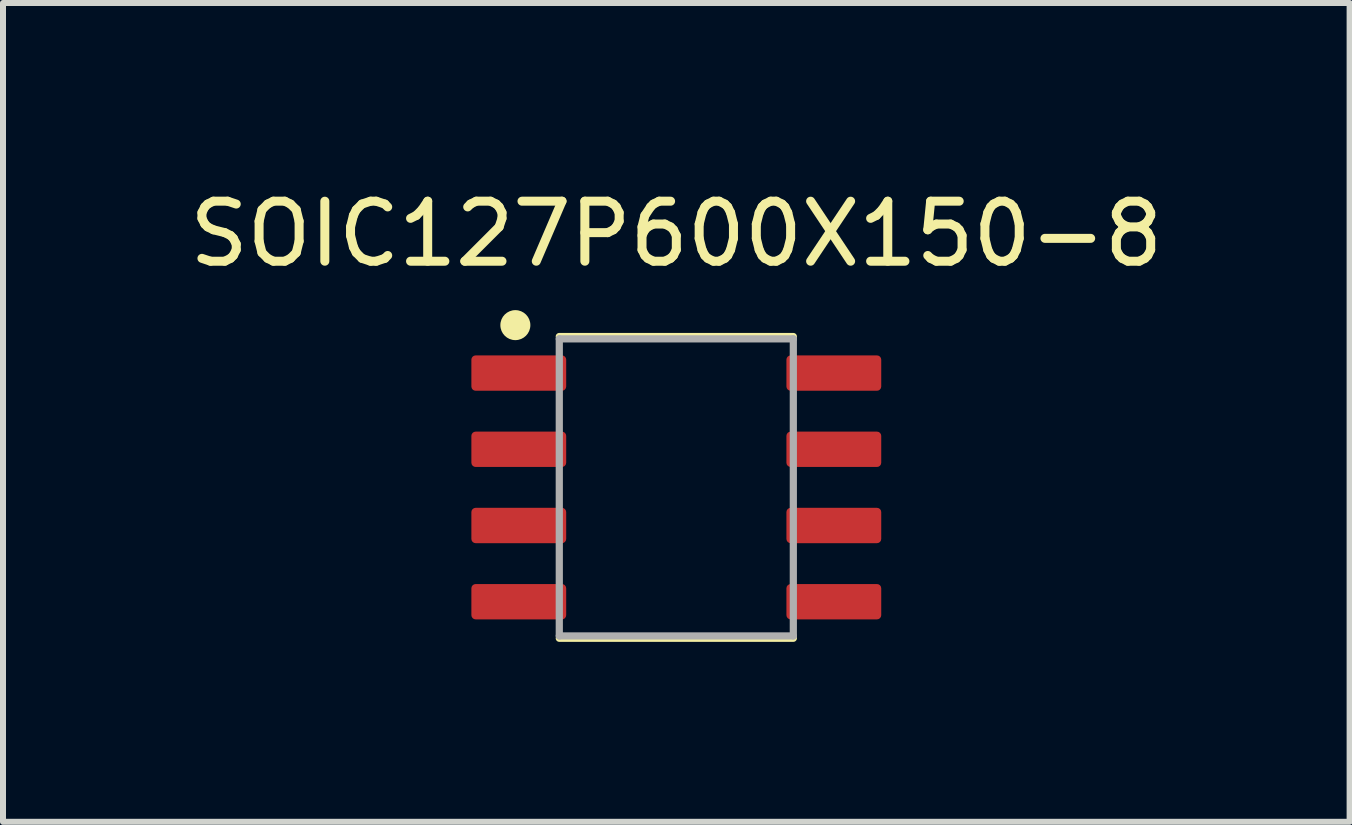
<source format=kicad_pcb>
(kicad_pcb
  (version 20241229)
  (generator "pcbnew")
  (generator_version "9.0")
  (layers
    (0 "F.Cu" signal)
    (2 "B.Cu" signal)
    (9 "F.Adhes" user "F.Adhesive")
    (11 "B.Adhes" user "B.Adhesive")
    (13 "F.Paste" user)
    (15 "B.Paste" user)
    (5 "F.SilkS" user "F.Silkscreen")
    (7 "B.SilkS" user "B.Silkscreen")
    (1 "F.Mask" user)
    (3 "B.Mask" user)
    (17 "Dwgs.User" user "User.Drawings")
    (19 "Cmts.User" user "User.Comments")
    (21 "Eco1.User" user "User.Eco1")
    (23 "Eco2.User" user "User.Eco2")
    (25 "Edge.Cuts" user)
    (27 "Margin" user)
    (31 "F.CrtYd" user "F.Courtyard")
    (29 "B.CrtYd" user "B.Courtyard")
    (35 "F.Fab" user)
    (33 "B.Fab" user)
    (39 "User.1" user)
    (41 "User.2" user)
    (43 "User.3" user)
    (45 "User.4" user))
  (footprint "SOIC127P600X150-8"
    (layer "F.Cu")
    (at 8.22 5.072)
    (property "Reference" "SOIC127P600X150-8" (at 0 -4.224 0) (layer "F.SilkS") (effects (font (size 1 1) (thickness 0.15))))
    (attr through_hole)
    (fp_line (start -1.95 -2.514) (end 1.95 -2.514) (stroke (width 0.12) (type solid)) (layer "F.SilkS"))
    (fp_line (start -1.95 2.514) (end 1.95 2.514) (stroke (width 0.12) (type solid)) (layer "F.SilkS"))
    (fp_circle (center -2.682 -2.704) (end -2.432 -2.704) (stroke (width 0) (type solid)) (fill yes) (layer "F.SilkS"))
    (fp_line (start -1.95 -2.475) (end 1.95 -2.475) (stroke (width 0.12) (type solid)) (layer "F.Fab"))
    (fp_line (start -1.95 2.475) (end -1.95 -2.475) (stroke (width 0.12) (type solid)) (layer "F.Fab"))
    (fp_line (start 1.95 -2.475) (end 1.95 2.475) (stroke (width 0.12) (type solid)) (layer "F.Fab"))
    (fp_line (start 1.95 2.475) (end -1.95 2.475) (stroke (width 0.12) (type solid)) (layer "F.Fab"))
    (pad "1" smd roundrect (at -2.625 -1.905) (size 1.58 0.589) (layers "F.Cu" "F.Mask" "F.Paste") (roundrect_rratio 0.12))
    (pad "2" smd roundrect (at -2.625 -0.635) (size 1.58 0.589) (layers "F.Cu" "F.Mask" "F.Paste") (roundrect_rratio 0.12))
    (pad "3" smd roundrect (at -2.625 0.635) (size 1.58 0.589) (layers "F.Cu" "F.Mask" "F.Paste") (roundrect_rratio 0.12))
    (pad "4" smd roundrect (at -2.625 1.905) (size 1.58 0.589) (layers "F.Cu" "F.Mask" "F.Paste") (roundrect_rratio 0.12))
    (pad "5" smd roundrect (at 2.625 1.905) (size 1.58 0.589) (layers "F.Cu" "F.Mask" "F.Paste") (roundrect_rratio 0.12))
    (pad "6" smd roundrect (at 2.625 0.635) (size 1.58 0.589) (layers "F.Cu" "F.Mask" "F.Paste") (roundrect_rratio 0.12))
    (pad "7" smd roundrect (at 2.625 -0.635) (size 1.58 0.589) (layers "F.Cu" "F.Mask" "F.Paste") (roundrect_rratio 0.12))
    (pad "8" smd roundrect (at 2.625 -1.905) (size 1.58 0.589) (layers "F.Cu" "F.Mask" "F.Paste") (roundrect_rratio 0.12)))
  (gr_rect
    (start -3 -3)
    (end 19.44 10.645)
    (stroke (width 0.1) (type default))
    (fill no)
    (layer "Edge.Cuts")))
</source>
